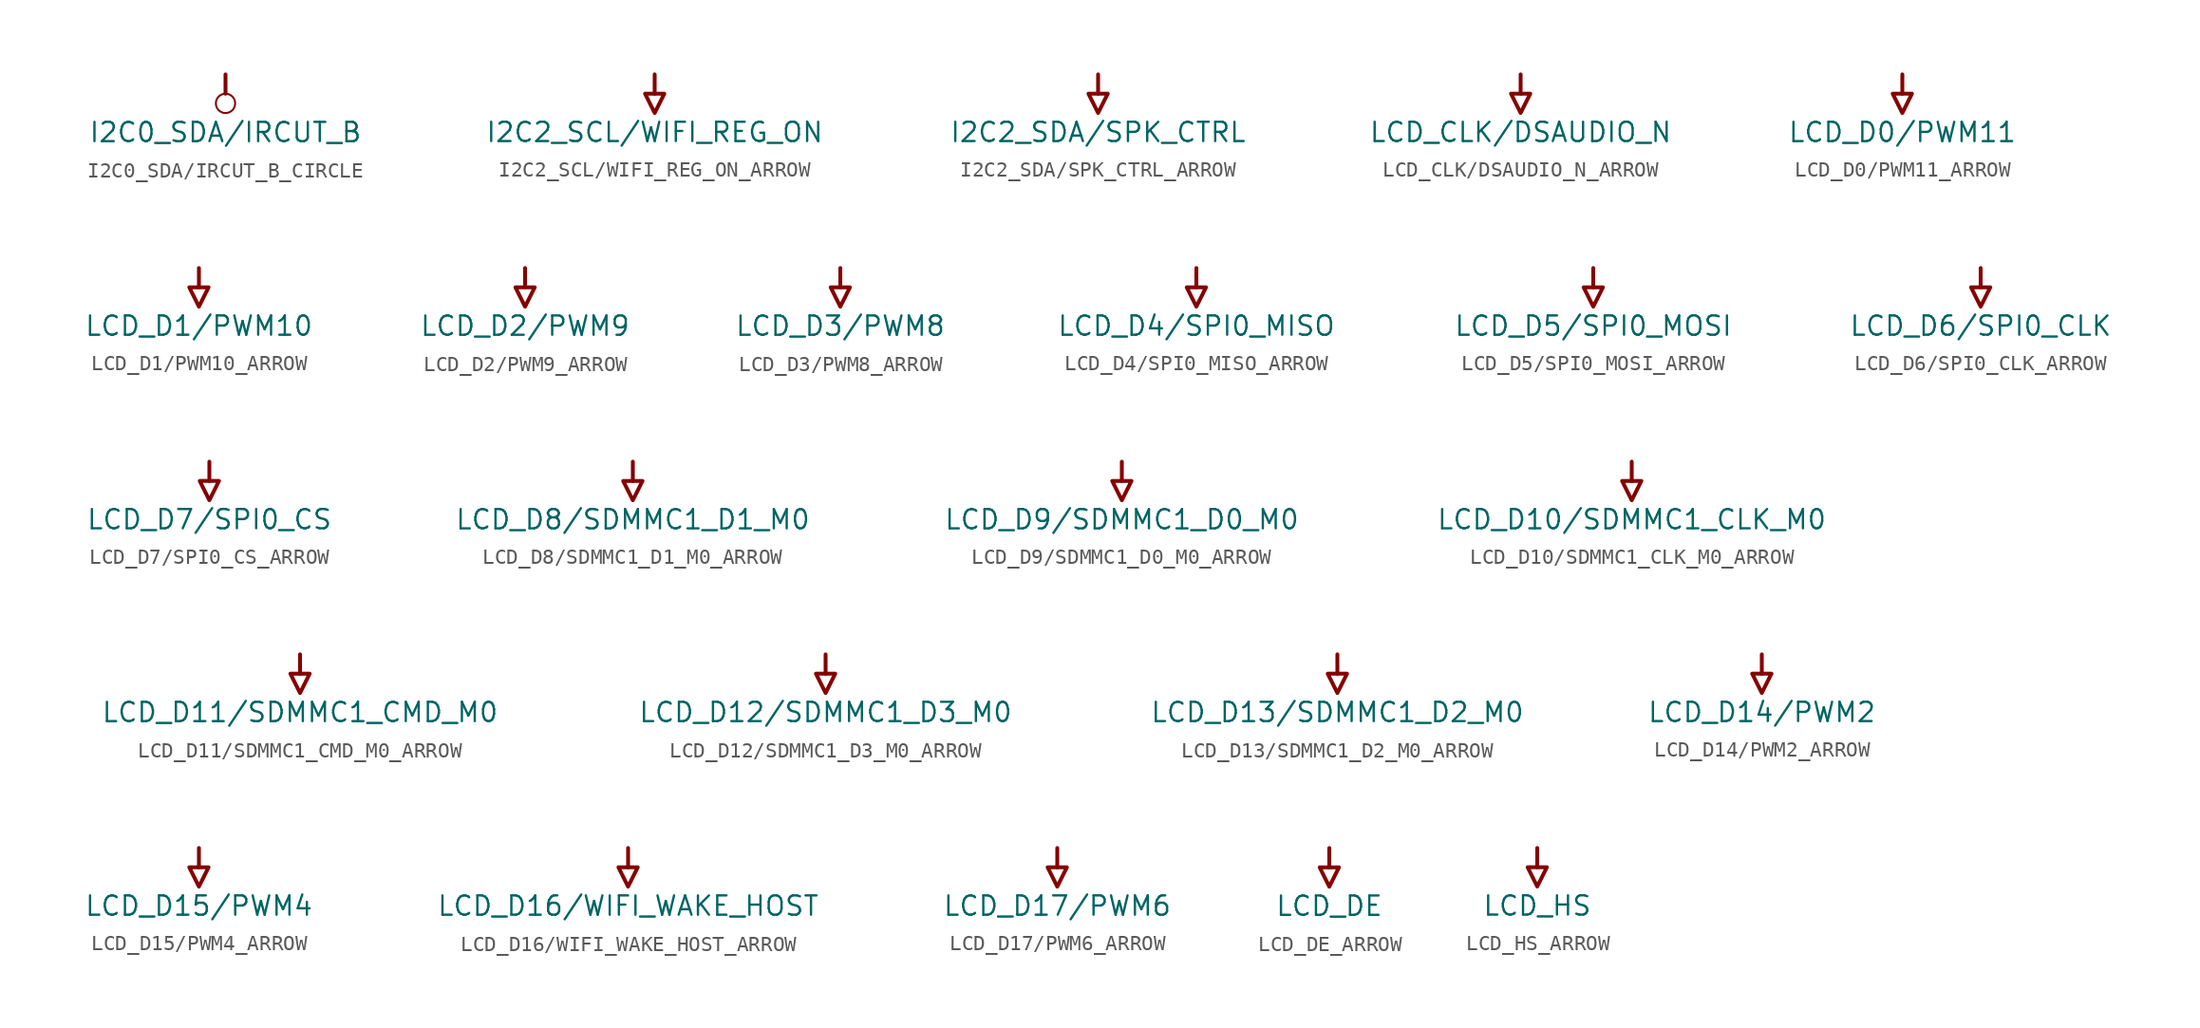
<source format=kicad_sym>
(kicad_symbol_lib
  (version 20241209)
  (generator "kicad_symbol_editor")
  (generator_version "9.0")
  (symbol "I2C0_SDA/IRCUT_B_CIRCLE"
    (power)
    (property "Reference" "#PWR"
      (at 0 0 0)
      (effects (font (size 1.27 1.27)) (hide yes)))
    (property "Value" "I2C0_SDA/IRCUT_B"
      (at 0 -3.81 0)
      (effects (font (size 1.27 1.27))))
    (symbol "I2C0_SDA/IRCUT_B_CIRCLE_0_0"
      (polyline (pts (xy 0 0) (xy 0 -1.27)) (stroke (width 0.254) (type solid)) (fill (type none)))
      (circle (center 0 -1.905) (radius 0.635) (stroke (width 0.127) (type solid)) (fill (type none)))
      (pin power_in line (at 0 0 0) (length 0) (hide yes) (name "I2C0_SDA/IRCUT_B" (effects (font (size 1.27 1.27)))) (number "" (effects (font (size 1.27 1.27)))))))
  (symbol "I2C2_SCL/WIFI_REG_ON_ARROW"
    (power)
    (property "Reference" "#PWR"
      (at 0 0 0)
      (effects (font (size 1.27 1.27)) (hide yes)))
    (property "Value" "I2C2_SCL/WIFI_REG_ON"
      (at 0 -3.81 0)
      (effects (font (size 1.27 1.27))))
    (symbol "I2C2_SCL/WIFI_REG_ON_ARROW_0_0"
      (polyline (pts (xy -0.635 -1.27) (xy 0.635 -1.27) (xy 0 -2.54) (xy -0.635 -1.27)) (stroke (width 0.254) (type solid)) (fill (type none)))
      (polyline (pts (xy 0 0) (xy 0 -1.27)) (stroke (width 0.254) (type solid)) (fill (type none)))
      (pin power_in line (at 0 0 0) (length 0) (hide yes) (name "I2C2_SCL/WIFI_REG_ON" (effects (font (size 1.27 1.27)))) (number "" (effects (font (size 1.27 1.27)))))))
  (symbol "I2C2_SDA/SPK_CTRL_ARROW"
    (power)
    (property "Reference" "#PWR"
      (at 0 0 0)
      (effects (font (size 1.27 1.27)) (hide yes)))
    (property "Value" "I2C2_SDA/SPK_CTRL"
      (at 0 -3.81 0)
      (effects (font (size 1.27 1.27))))
    (symbol "I2C2_SDA/SPK_CTRL_ARROW_0_0"
      (polyline (pts (xy -0.635 -1.27) (xy 0.635 -1.27) (xy 0 -2.54) (xy -0.635 -1.27)) (stroke (width 0.254) (type solid)) (fill (type none)))
      (polyline (pts (xy 0 0) (xy 0 -1.27)) (stroke (width 0.254) (type solid)) (fill (type none)))
      (pin power_in line (at 0 0 0) (length 0) (hide yes) (name "I2C2_SDA/SPK_CTRL" (effects (font (size 1.27 1.27)))) (number "" (effects (font (size 1.27 1.27)))))))
  (symbol "LCD_CLK/DSAUDIO_N_ARROW"
    (power)
    (property "Reference" "#PWR"
      (at 0 0 0)
      (effects (font (size 1.27 1.27)) (hide yes)))
    (property "Value" "LCD_CLK/DSAUDIO_N"
      (at 0 -3.81 0)
      (effects (font (size 1.27 1.27))))
    (symbol "LCD_CLK/DSAUDIO_N_ARROW_0_0"
      (polyline (pts (xy -0.635 -1.27) (xy 0.635 -1.27) (xy 0 -2.54) (xy -0.635 -1.27)) (stroke (width 0.254) (type solid)) (fill (type none)))
      (polyline (pts (xy 0 0) (xy 0 -1.27)) (stroke (width 0.254) (type solid)) (fill (type none)))
      (pin power_in line (at 0 0 0) (length 0) (hide yes) (name "LCD_CLK/DSAUDIO_N" (effects (font (size 1.27 1.27)))) (number "" (effects (font (size 1.27 1.27)))))))
  (symbol "LCD_D0/PWM11_ARROW"
    (power)
    (property "Reference" "#PWR"
      (at 0 0 0)
      (effects (font (size 1.27 1.27)) (hide yes)))
    (property "Value" "LCD_D0/PWM11"
      (at 0 -3.81 0)
      (effects (font (size 1.27 1.27))))
    (symbol "LCD_D0/PWM11_ARROW_0_0"
      (polyline (pts (xy -0.635 -1.27) (xy 0.635 -1.27) (xy 0 -2.54) (xy -0.635 -1.27)) (stroke (width 0.254) (type solid)) (fill (type none)))
      (polyline (pts (xy 0 0) (xy 0 -1.27)) (stroke (width 0.254) (type solid)) (fill (type none)))
      (pin power_in line (at 0 0 0) (length 0) (hide yes) (name "LCD_D0/PWM11" (effects (font (size 1.27 1.27)))) (number "" (effects (font (size 1.27 1.27)))))))
  (symbol "LCD_D1/PWM10_ARROW"
    (power)
    (property "Reference" "#PWR"
      (at 0 0 0)
      (effects (font (size 1.27 1.27)) (hide yes)))
    (property "Value" "LCD_D1/PWM10"
      (at 0 -3.81 0)
      (effects (font (size 1.27 1.27))))
    (symbol "LCD_D1/PWM10_ARROW_0_0"
      (polyline (pts (xy -0.635 -1.27) (xy 0.635 -1.27) (xy 0 -2.54) (xy -0.635 -1.27)) (stroke (width 0.254) (type solid)) (fill (type none)))
      (polyline (pts (xy 0 0) (xy 0 -1.27)) (stroke (width 0.254) (type solid)) (fill (type none)))
      (pin power_in line (at 0 0 0) (length 0) (hide yes) (name "LCD_D1/PWM10" (effects (font (size 1.27 1.27)))) (number "" (effects (font (size 1.27 1.27)))))))
  (symbol "LCD_D2/PWM9_ARROW"
    (power)
    (property "Reference" "#PWR"
      (at 0 0 0)
      (effects (font (size 1.27 1.27)) (hide yes)))
    (property "Value" "LCD_D2/PWM9"
      (at 0 -3.81 0)
      (effects (font (size 1.27 1.27))))
    (symbol "LCD_D2/PWM9_ARROW_0_0"
      (polyline (pts (xy -0.635 -1.27) (xy 0.635 -1.27) (xy 0 -2.54) (xy -0.635 -1.27)) (stroke (width 0.254) (type solid)) (fill (type none)))
      (polyline (pts (xy 0 0) (xy 0 -1.27)) (stroke (width 0.254) (type solid)) (fill (type none)))
      (pin power_in line (at 0 0 0) (length 0) (hide yes) (name "LCD_D2/PWM9" (effects (font (size 1.27 1.27)))) (number "" (effects (font (size 1.27 1.27)))))))
  (symbol "LCD_D3/PWM8_ARROW"
    (power)
    (property "Reference" "#PWR"
      (at 0 0 0)
      (effects (font (size 1.27 1.27)) (hide yes)))
    (property "Value" "LCD_D3/PWM8"
      (at 0 -3.81 0)
      (effects (font (size 1.27 1.27))))
    (symbol "LCD_D3/PWM8_ARROW_0_0"
      (polyline (pts (xy -0.635 -1.27) (xy 0.635 -1.27) (xy 0 -2.54) (xy -0.635 -1.27)) (stroke (width 0.254) (type solid)) (fill (type none)))
      (polyline (pts (xy 0 0) (xy 0 -1.27)) (stroke (width 0.254) (type solid)) (fill (type none)))
      (pin power_in line (at 0 0 0) (length 0) (hide yes) (name "LCD_D3/PWM8" (effects (font (size 1.27 1.27)))) (number "" (effects (font (size 1.27 1.27)))))))
  (symbol "LCD_D4/SPI0_MISO_ARROW"
    (power)
    (property "Reference" "#PWR"
      (at 0 0 0)
      (effects (font (size 1.27 1.27)) (hide yes)))
    (property "Value" "LCD_D4/SPI0_MISO"
      (at 0 -3.81 0)
      (effects (font (size 1.27 1.27))))
    (symbol "LCD_D4/SPI0_MISO_ARROW_0_0"
      (polyline (pts (xy -0.635 -1.27) (xy 0.635 -1.27) (xy 0 -2.54) (xy -0.635 -1.27)) (stroke (width 0.254) (type solid)) (fill (type none)))
      (polyline (pts (xy 0 0) (xy 0 -1.27)) (stroke (width 0.254) (type solid)) (fill (type none)))
      (pin power_in line (at 0 0 0) (length 0) (hide yes) (name "LCD_D4/SPI0_MISO" (effects (font (size 1.27 1.27)))) (number "" (effects (font (size 1.27 1.27)))))))
  (symbol "LCD_D5/SPI0_MOSI_ARROW"
    (power)
    (property "Reference" "#PWR"
      (at 0 0 0)
      (effects (font (size 1.27 1.27)) (hide yes)))
    (property "Value" "LCD_D5/SPI0_MOSI"
      (at 0 -3.81 0)
      (effects (font (size 1.27 1.27))))
    (symbol "LCD_D5/SPI0_MOSI_ARROW_0_0"
      (polyline (pts (xy -0.635 -1.27) (xy 0.635 -1.27) (xy 0 -2.54) (xy -0.635 -1.27)) (stroke (width 0.254) (type solid)) (fill (type none)))
      (polyline (pts (xy 0 0) (xy 0 -1.27)) (stroke (width 0.254) (type solid)) (fill (type none)))
      (pin power_in line (at 0 0 0) (length 0) (hide yes) (name "LCD_D5/SPI0_MOSI" (effects (font (size 1.27 1.27)))) (number "" (effects (font (size 1.27 1.27)))))))
  (symbol "LCD_D6/SPI0_CLK_ARROW"
    (power)
    (property "Reference" "#PWR"
      (at 0 0 0)
      (effects (font (size 1.27 1.27)) (hide yes)))
    (property "Value" "LCD_D6/SPI0_CLK"
      (at 0 -3.81 0)
      (effects (font (size 1.27 1.27))))
    (symbol "LCD_D6/SPI0_CLK_ARROW_0_0"
      (polyline (pts (xy -0.635 -1.27) (xy 0.635 -1.27) (xy 0 -2.54) (xy -0.635 -1.27)) (stroke (width 0.254) (type solid)) (fill (type none)))
      (polyline (pts (xy 0 0) (xy 0 -1.27)) (stroke (width 0.254) (type solid)) (fill (type none)))
      (pin power_in line (at 0 0 0) (length 0) (hide yes) (name "LCD_D6/SPI0_CLK" (effects (font (size 1.27 1.27)))) (number "" (effects (font (size 1.27 1.27)))))))
  (symbol "LCD_D7/SPI0_CS_ARROW"
    (power)
    (property "Reference" "#PWR"
      (at 0 0 0)
      (effects (font (size 1.27 1.27)) (hide yes)))
    (property "Value" "LCD_D7/SPI0_CS"
      (at 0 -3.81 0)
      (effects (font (size 1.27 1.27))))
    (symbol "LCD_D7/SPI0_CS_ARROW_0_0"
      (polyline (pts (xy -0.635 -1.27) (xy 0.635 -1.27) (xy 0 -2.54) (xy -0.635 -1.27)) (stroke (width 0.254) (type solid)) (fill (type none)))
      (polyline (pts (xy 0 0) (xy 0 -1.27)) (stroke (width 0.254) (type solid)) (fill (type none)))
      (pin power_in line (at 0 0 0) (length 0) (hide yes) (name "LCD_D7/SPI0_CS" (effects (font (size 1.27 1.27)))) (number "" (effects (font (size 1.27 1.27)))))))
  (symbol "LCD_D8/SDMMC1_D1_M0_ARROW"
    (power)
    (property "Reference" "#PWR"
      (at 0 0 0)
      (effects (font (size 1.27 1.27)) (hide yes)))
    (property "Value" "LCD_D8/SDMMC1_D1_M0"
      (at 0 -3.81 0)
      (effects (font (size 1.27 1.27))))
    (symbol "LCD_D8/SDMMC1_D1_M0_ARROW_0_0"
      (polyline (pts (xy -0.635 -1.27) (xy 0.635 -1.27) (xy 0 -2.54) (xy -0.635 -1.27)) (stroke (width 0.254) (type solid)) (fill (type none)))
      (polyline (pts (xy 0 0) (xy 0 -1.27)) (stroke (width 0.254) (type solid)) (fill (type none)))
      (pin power_in line (at 0 0 0) (length 0) (hide yes) (name "LCD_D8/SDMMC1_D1_M0" (effects (font (size 1.27 1.27)))) (number "" (effects (font (size 1.27 1.27)))))))
  (symbol "LCD_D9/SDMMC1_D0_M0_ARROW"
    (power)
    (property "Reference" "#PWR"
      (at 0 0 0)
      (effects (font (size 1.27 1.27)) (hide yes)))
    (property "Value" "LCD_D9/SDMMC1_D0_M0"
      (at 0 -3.81 0)
      (effects (font (size 1.27 1.27))))
    (symbol "LCD_D9/SDMMC1_D0_M0_ARROW_0_0"
      (polyline (pts (xy -0.635 -1.27) (xy 0.635 -1.27) (xy 0 -2.54) (xy -0.635 -1.27)) (stroke (width 0.254) (type solid)) (fill (type none)))
      (polyline (pts (xy 0 0) (xy 0 -1.27)) (stroke (width 0.254) (type solid)) (fill (type none)))
      (pin power_in line (at 0 0 0) (length 0) (hide yes) (name "LCD_D9/SDMMC1_D0_M0" (effects (font (size 1.27 1.27)))) (number "" (effects (font (size 1.27 1.27)))))))
  (symbol "LCD_D10/SDMMC1_CLK_M0_ARROW"
    (power)
    (property "Reference" "#PWR"
      (at 0 0 0)
      (effects (font (size 1.27 1.27)) (hide yes)))
    (property "Value" "LCD_D10/SDMMC1_CLK_M0"
      (at 0 -3.81 0)
      (effects (font (size 1.27 1.27))))
    (symbol "LCD_D10/SDMMC1_CLK_M0_ARROW_0_0"
      (polyline (pts (xy -0.635 -1.27) (xy 0.635 -1.27) (xy 0 -2.54) (xy -0.635 -1.27)) (stroke (width 0.254) (type solid)) (fill (type none)))
      (polyline (pts (xy 0 0) (xy 0 -1.27)) (stroke (width 0.254) (type solid)) (fill (type none)))
      (pin power_in line (at 0 0 0) (length 0) (hide yes) (name "LCD_D10/SDMMC1_CLK_M0" (effects (font (size 1.27 1.27)))) (number "" (effects (font (size 1.27 1.27)))))))
  (symbol "LCD_D11/SDMMC1_CMD_M0_ARROW"
    (power)
    (property "Reference" "#PWR"
      (at 0 0 0)
      (effects (font (size 1.27 1.27)) (hide yes)))
    (property "Value" "LCD_D11/SDMMC1_CMD_M0"
      (at 0 -3.81 0)
      (effects (font (size 1.27 1.27))))
    (symbol "LCD_D11/SDMMC1_CMD_M0_ARROW_0_0"
      (polyline (pts (xy -0.635 -1.27) (xy 0.635 -1.27) (xy 0 -2.54) (xy -0.635 -1.27)) (stroke (width 0.254) (type solid)) (fill (type none)))
      (polyline (pts (xy 0 0) (xy 0 -1.27)) (stroke (width 0.254) (type solid)) (fill (type none)))
      (pin power_in line (at 0 0 0) (length 0) (hide yes) (name "LCD_D11/SDMMC1_CMD_M0" (effects (font (size 1.27 1.27)))) (number "" (effects (font (size 1.27 1.27)))))))
  (symbol "LCD_D12/SDMMC1_D3_M0_ARROW"
    (power)
    (property "Reference" "#PWR"
      (at 0 0 0)
      (effects (font (size 1.27 1.27)) (hide yes)))
    (property "Value" "LCD_D12/SDMMC1_D3_M0"
      (at 0 -3.81 0)
      (effects (font (size 1.27 1.27))))
    (symbol "LCD_D12/SDMMC1_D3_M0_ARROW_0_0"
      (polyline (pts (xy -0.635 -1.27) (xy 0.635 -1.27) (xy 0 -2.54) (xy -0.635 -1.27)) (stroke (width 0.254) (type solid)) (fill (type none)))
      (polyline (pts (xy 0 0) (xy 0 -1.27)) (stroke (width 0.254) (type solid)) (fill (type none)))
      (pin power_in line (at 0 0 0) (length 0) (hide yes) (name "LCD_D12/SDMMC1_D3_M0" (effects (font (size 1.27 1.27)))) (number "" (effects (font (size 1.27 1.27)))))))
  (symbol "LCD_D13/SDMMC1_D2_M0_ARROW"
    (power)
    (property "Reference" "#PWR"
      (at 0 0 0)
      (effects (font (size 1.27 1.27)) (hide yes)))
    (property "Value" "LCD_D13/SDMMC1_D2_M0"
      (at 0 -3.81 0)
      (effects (font (size 1.27 1.27))))
    (symbol "LCD_D13/SDMMC1_D2_M0_ARROW_0_0"
      (polyline (pts (xy -0.635 -1.27) (xy 0.635 -1.27) (xy 0 -2.54) (xy -0.635 -1.27)) (stroke (width 0.254) (type solid)) (fill (type none)))
      (polyline (pts (xy 0 0) (xy 0 -1.27)) (stroke (width 0.254) (type solid)) (fill (type none)))
      (pin power_in line (at 0 0 0) (length 0) (hide yes) (name "LCD_D13/SDMMC1_D2_M0" (effects (font (size 1.27 1.27)))) (number "" (effects (font (size 1.27 1.27)))))))
  (symbol "LCD_D14/PWM2_ARROW"
    (power)
    (property "Reference" "#PWR"
      (at 0 0 0)
      (effects (font (size 1.27 1.27)) (hide yes)))
    (property "Value" "LCD_D14/PWM2"
      (at 0 -3.81 0)
      (effects (font (size 1.27 1.27))))
    (symbol "LCD_D14/PWM2_ARROW_0_0"
      (polyline (pts (xy -0.635 -1.27) (xy 0.635 -1.27) (xy 0 -2.54) (xy -0.635 -1.27)) (stroke (width 0.254) (type solid)) (fill (type none)))
      (polyline (pts (xy 0 0) (xy 0 -1.27)) (stroke (width 0.254) (type solid)) (fill (type none)))
      (pin power_in line (at 0 0 0) (length 0) (hide yes) (name "LCD_D14/PWM2" (effects (font (size 1.27 1.27)))) (number "" (effects (font (size 1.27 1.27)))))))
  (symbol "LCD_D15/PWM4_ARROW"
    (power)
    (property "Reference" "#PWR"
      (at 0 0 0)
      (effects (font (size 1.27 1.27)) (hide yes)))
    (property "Value" "LCD_D15/PWM4"
      (at 0 -3.81 0)
      (effects (font (size 1.27 1.27))))
    (symbol "LCD_D15/PWM4_ARROW_0_0"
      (polyline (pts (xy -0.635 -1.27) (xy 0.635 -1.27) (xy 0 -2.54) (xy -0.635 -1.27)) (stroke (width 0.254) (type solid)) (fill (type none)))
      (polyline (pts (xy 0 0) (xy 0 -1.27)) (stroke (width 0.254) (type solid)) (fill (type none)))
      (pin power_in line (at 0 0 0) (length 0) (hide yes) (name "LCD_D15/PWM4" (effects (font (size 1.27 1.27)))) (number "" (effects (font (size 1.27 1.27)))))))
  (symbol "LCD_D16/WIFI_WAKE_HOST_ARROW"
    (power)
    (property "Reference" "#PWR"
      (at 0 0 0)
      (effects (font (size 1.27 1.27)) (hide yes)))
    (property "Value" "LCD_D16/WIFI_WAKE_HOST"
      (at 0 -3.81 0)
      (effects (font (size 1.27 1.27))))
    (symbol "LCD_D16/WIFI_WAKE_HOST_ARROW_0_0"
      (polyline (pts (xy -0.635 -1.27) (xy 0.635 -1.27) (xy 0 -2.54) (xy -0.635 -1.27)) (stroke (width 0.254) (type solid)) (fill (type none)))
      (polyline (pts (xy 0 0) (xy 0 -1.27)) (stroke (width 0.254) (type solid)) (fill (type none)))
      (pin power_in line (at 0 0 0) (length 0) (hide yes) (name "LCD_D16/WIFI_WAKE_HOST" (effects (font (size 1.27 1.27)))) (number "" (effects (font (size 1.27 1.27)))))))
  (symbol "LCD_D17/PWM6_ARROW"
    (power)
    (property "Reference" "#PWR"
      (at 0 0 0)
      (effects (font (size 1.27 1.27)) (hide yes)))
    (property "Value" "LCD_D17/PWM6"
      (at 0 -3.81 0)
      (effects (font (size 1.27 1.27))))
    (symbol "LCD_D17/PWM6_ARROW_0_0"
      (polyline (pts (xy -0.635 -1.27) (xy 0.635 -1.27) (xy 0 -2.54) (xy -0.635 -1.27)) (stroke (width 0.254) (type solid)) (fill (type none)))
      (polyline (pts (xy 0 0) (xy 0 -1.27)) (stroke (width 0.254) (type solid)) (fill (type none)))
      (pin power_in line (at 0 0 0) (length 0) (hide yes) (name "LCD_D17/PWM6" (effects (font (size 1.27 1.27)))) (number "" (effects (font (size 1.27 1.27)))))))
  (symbol "LCD_DE_ARROW"
    (power)
    (property "Reference" "#PWR"
      (at 0 0 0)
      (effects (font (size 1.27 1.27)) (hide yes)))
    (property "Value" "LCD_DE"
      (at 0 -3.81 0)
      (effects (font (size 1.27 1.27))))
    (symbol "LCD_DE_ARROW_0_0"
      (polyline (pts (xy -0.635 -1.27) (xy 0.635 -1.27) (xy 0 -2.54) (xy -0.635 -1.27)) (stroke (width 0.254) (type solid)) (fill (type none)))
      (polyline (pts (xy 0 0) (xy 0 -1.27)) (stroke (width 0.254) (type solid)) (fill (type none)))
      (pin power_in line (at 0 0 0) (length 0) (hide yes) (name "LCD_DE" (effects (font (size 1.27 1.27)))) (number "" (effects (font (size 1.27 1.27)))))))
  (symbol "LCD_HS_ARROW"
    (power)
    (property "Reference" "#PWR"
      (at 0 0 0)
      (effects (font (size 1.27 1.27)) (hide yes)))
    (property "Value" "LCD_HS"
      (at 0 -3.81 0)
      (effects (font (size 1.27 1.27))))
    (symbol "LCD_HS_ARROW_0_0"
      (polyline (pts (xy -0.635 -1.27) (xy 0.635 -1.27) (xy 0 -2.54) (xy -0.635 -1.27)) (stroke (width 0.254) (type solid)) (fill (type none)))
      (polyline (pts (xy 0 0) (xy 0 -1.27)) (stroke (width 0.254) (type solid)) (fill (type none)))
      (pin power_in line (at 0 0 0) (length 0) (hide yes) (name "LCD_HS" (effects (font (size 1.27 1.27)))) (number "" (effects (font (size 1.27 1.27))))))))
</source>
